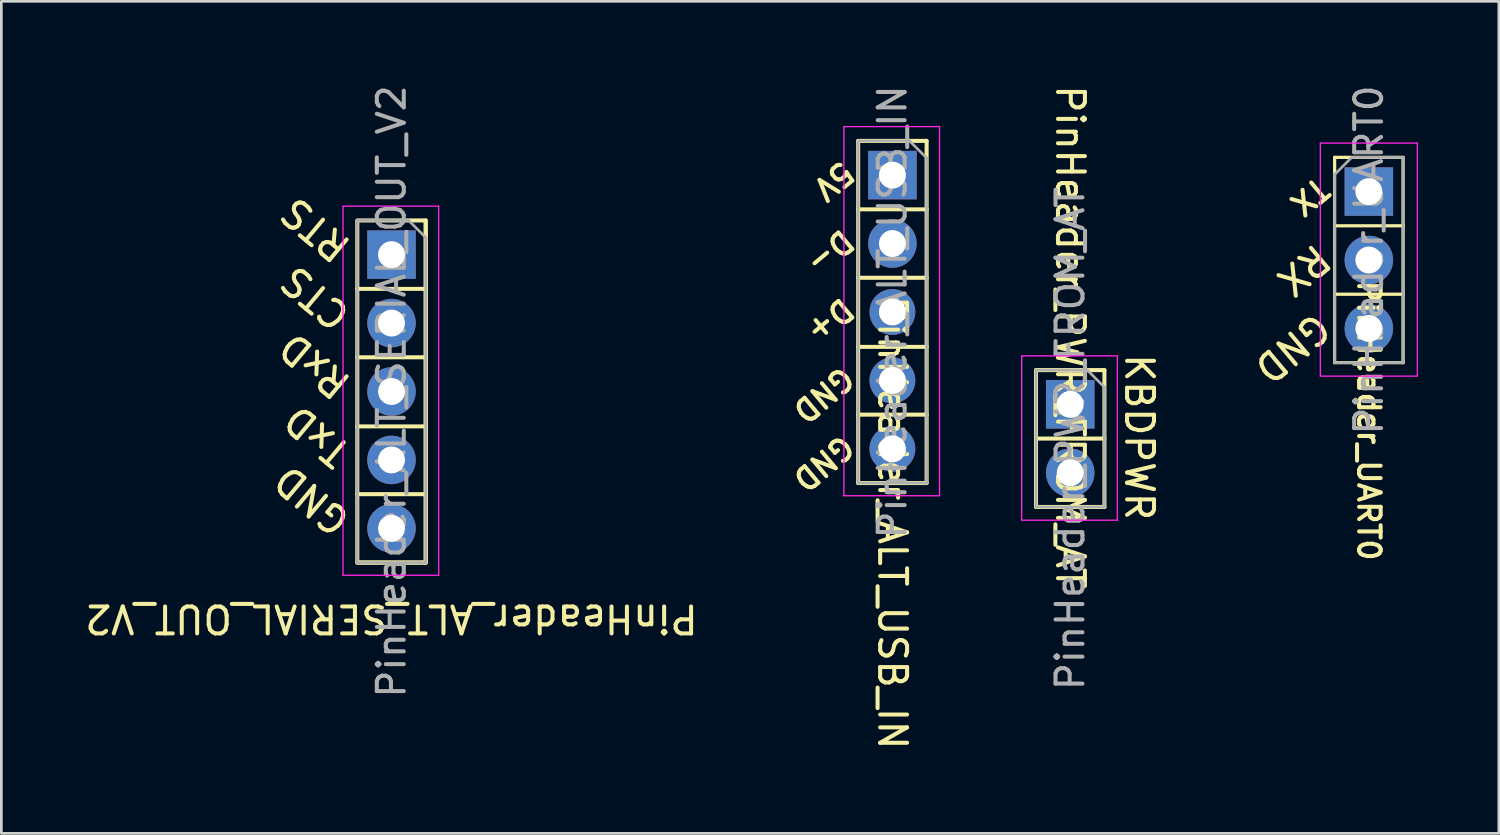
<source format=kicad_pcb>
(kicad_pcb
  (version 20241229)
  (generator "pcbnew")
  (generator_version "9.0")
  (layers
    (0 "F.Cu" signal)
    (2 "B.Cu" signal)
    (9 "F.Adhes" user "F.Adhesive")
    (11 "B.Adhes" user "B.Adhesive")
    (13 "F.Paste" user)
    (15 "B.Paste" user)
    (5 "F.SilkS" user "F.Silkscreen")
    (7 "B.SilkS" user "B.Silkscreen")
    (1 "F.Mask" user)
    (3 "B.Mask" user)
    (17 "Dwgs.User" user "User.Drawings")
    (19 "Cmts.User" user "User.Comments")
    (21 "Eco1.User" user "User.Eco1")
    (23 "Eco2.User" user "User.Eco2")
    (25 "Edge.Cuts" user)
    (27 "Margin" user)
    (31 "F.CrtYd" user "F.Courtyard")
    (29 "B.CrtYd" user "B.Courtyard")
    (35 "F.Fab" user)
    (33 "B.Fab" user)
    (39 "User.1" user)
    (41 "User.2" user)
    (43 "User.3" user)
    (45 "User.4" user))
  (footprint "PinHeader_PWR_FROM_AT"
    (layer "F.Cu")
    (at 36.674 11.958)
    (property "Reference" "PinHeader_PWR_FROM_AT" (at 0 -2.5 270) (unlocked yes) (layer "F.SilkS") (effects (font (size 1 1) (thickness 0.15))))
    (attr through_hole)
    (fp_line (start -1.27 -1.27) (end -1.27 3.81) (stroke (width 0.15) (type solid)) (layer "F.SilkS"))
    (fp_line (start -1.27 -1.27) (end 1.27 -1.27) (stroke (width 0.15) (type solid)) (layer "F.SilkS"))
    (fp_line (start -1.27 1.27) (end 1.27 1.27) (stroke (width 0.15) (type solid)) (layer "F.SilkS"))
    (fp_line (start -1.27 3.81) (end 1.27 3.81) (stroke (width 0.15) (type solid)) (layer "F.SilkS"))
    (fp_line (start 1.27 3.81) (end 1.27 -1.27) (stroke (width 0.15) (type solid)) (layer "F.SilkS"))
    (fp_line (start -1.8 -1.8) (end 1.75 -1.8) (stroke (width 0.05) (type solid)) (layer "F.CrtYd"))
    (fp_line (start -1.8 4.3) (end -1.8 -1.8) (stroke (width 0.05) (type solid)) (layer "F.CrtYd"))
    (fp_line (start 1.75 -1.8) (end 1.75 4.3) (stroke (width 0.05) (type solid)) (layer "F.CrtYd"))
    (fp_line (start 1.75 4.3) (end -1.8 4.3) (stroke (width 0.05) (type solid)) (layer "F.CrtYd"))
    (fp_line (start -1.27 -1.27) (end 0.635 -1.27) (stroke (width 0.1) (type solid)) (layer "F.Fab"))
    (fp_line (start -1.27 3.81) (end -1.27 -1.27) (stroke (width 0.1) (type solid)) (layer "F.Fab"))
    (fp_line (start 0.635 -1.27) (end 1.27 -0.635) (stroke (width 0.1) (type solid)) (layer "F.Fab"))
    (fp_line (start 1.27 -0.635) (end 1.27 3.81) (stroke (width 0.1) (type solid)) (layer "F.Fab"))
    (fp_line (start 1.27 3.81) (end -1.27 3.81) (stroke (width 0.1) (type solid)) (layer "F.Fab"))
    (fp_text user "KBDPWR" (at 2.565 1.219 270) (unlocked yes) (layer "F.SilkS") (effects (font (size 1 1) (thickness 0.15))))
    (fp_text user "${REFERENCE}" (at 0 1.27 90) (layer "F.Fab") (effects (font (size 1 1) (thickness 0.15))))
    (pad "1" thru_hole rect (at 0 0) (size 1.8 1.8) (drill 1) (layers "*.Cu" "*.Mask"))
    (pad "2" thru_hole circle (at 0 2.54 90) (size 1.8 1.8) (drill 1) (layers "*.Cu" "*.Mask")))
  (footprint "PinHeader_ALT_SERIAL_OUT_V2"
    (layer "F.Cu")
    (at 11.482 6.402)
    (property "Reference" "PinHeader_ALT_SERIAL_OUT_V2" (at 0 13.513 180) (unlocked yes) (layer "F.SilkS") (effects (font (size 1 1) (thickness 0.15))))
    (attr through_hole)
    (fp_line (start -1.27 1.27) (end 1.27 1.27) (stroke (width 0.15) (type solid)) (layer "F.SilkS"))
    (fp_line (start -1.27 3.81) (end 1.27 3.81) (stroke (width 0.15) (type solid)) (layer "F.SilkS"))
    (fp_line (start -1.27 6.375) (end 1.27 6.375) (stroke (width 0.15) (type solid)) (layer "F.SilkS"))
    (fp_line (start -1.27 8.89) (end 1.27 8.89) (stroke (width 0.15) (type solid)) (layer "F.SilkS"))
    (fp_line (start -1.27 11.43) (end 1.27 11.43) (stroke (width 0.15) (type solid)) (layer "F.SilkS"))
    (fp_line (start 1.27 11.43) (end 1.27 -1.27) (stroke (width 0.15) (type solid)) (layer "F.SilkS"))
    (fp_rect (start -1.27 -1.27) (end 1.27 11.43) (stroke (width 0.15) (type solid)) (fill no) (layer "F.SilkS"))
    (fp_line (start -1.8 -1.8) (end 1.75 -1.8) (stroke (width 0.05) (type solid)) (layer "F.CrtYd"))
    (fp_line (start -1.8 11.9) (end -1.8 -1.8) (stroke (width 0.05) (type solid)) (layer "F.CrtYd"))
    (fp_line (start 1.75 -1.8) (end 1.75 11.9) (stroke (width 0.05) (type solid)) (layer "F.CrtYd"))
    (fp_line (start 1.75 11.9) (end -1.8 11.9) (stroke (width 0.05) (type solid)) (layer "F.CrtYd"))
    (fp_line (start -1.27 -1.27) (end 0.635 -1.27) (stroke (width 0.1) (type solid)) (layer "F.Fab"))
    (fp_line (start -1.27 11.43) (end -1.27 -1.27) (stroke (width 0.1) (type solid)) (layer "F.Fab"))
    (fp_line (start 0.635 -1.27) (end 1.27 -0.635) (stroke (width 0.1) (type solid)) (layer "F.Fab"))
    (fp_line (start 1.27 -0.635) (end 1.27 11.43) (stroke (width 0.1) (type solid)) (layer "F.Fab"))
    (fp_line (start 1.27 11.43) (end -1.27 11.43) (stroke (width 0.1) (type solid)) (layer "F.Fab"))
    (fp_text user "TxD" (at -1.7 7.62 140) (unlocked yes) (layer "F.SilkS") (effects (font (size 1 1) (thickness 0.15)) (justify left)))
    (fp_text user "GND" (at -1.7 10.16 140) (unlocked yes) (layer "F.SilkS") (effects (font (size 1 1) (thickness 0.15)) (justify left)))
    (fp_text user "RTS" (at -1.7 0 140) (unlocked yes) (layer "F.SilkS") (effects (font (size 1 1) (thickness 0.15)) (justify left)))
    (fp_text user "RxD" (at -1.7 5.08 140) (unlocked yes) (layer "F.SilkS") (effects (font (size 1 1) (thickness 0.15)) (justify left)))
    (fp_text user "CTS" (at -1.7 2.54 140) (unlocked yes) (layer "F.SilkS") (effects (font (size 1 1) (thickness 0.15)) (justify left)))
    (fp_text user "${REFERENCE}" (at 0 5.08 90) (layer "F.Fab") (effects (font (size 1 1) (thickness 0.15))))
    (pad "1" thru_hole rect (at 0 0) (size 1.8 1.8) (drill 1) (layers "*.Cu" "*.Mask"))
    (pad "2" thru_hole circle (at 0 2.54) (size 1.8 1.8) (drill 1) (layers "*.Cu" "*.Mask"))
    (pad "3" thru_hole circle (at 0 5.08) (size 1.8 1.8) (drill 1) (layers "*.Cu" "*.Mask"))
    (pad "4" thru_hole circle (at 0 7.62) (size 1.8 1.8) (drill 1) (layers "*.Cu" "*.Mask"))
    (pad "5" thru_hole circle (at 0 10.16) (size 1.8 1.8) (drill 1) (layers "*.Cu" "*.Mask")))
  (footprint "PinHeader_ALT_USB_IN"
    (layer "F.Cu")
    (at 30.074 3.45)
    (property "Reference" "PinHeader_ALT_USB_IN" (at 0 12.903 270) (unlocked yes) (layer "F.SilkS") (effects (font (size 1 1) (thickness 0.15))))
    (attr through_hole)
    (fp_line (start -1.27 -1.27) (end -1.27 11.43) (stroke (width 0.15) (type solid)) (layer "F.SilkS"))
    (fp_line (start -1.27 -1.27) (end 1.27 -1.27) (stroke (width 0.15) (type solid)) (layer "F.SilkS"))
    (fp_line (start -1.27 1.27) (end 1.27 1.27) (stroke (width 0.15) (type solid)) (layer "F.SilkS"))
    (fp_line (start -1.27 3.81) (end 1.27 3.81) (stroke (width 0.15) (type solid)) (layer "F.SilkS"))
    (fp_line (start -1.27 6.375) (end 1.27 6.375) (stroke (width 0.15) (type solid)) (layer "F.SilkS"))
    (fp_line (start -1.27 8.89) (end 1.27 8.89) (stroke (width 0.15) (type solid)) (layer "F.SilkS"))
    (fp_line (start -1.27 11.43) (end 1.27 11.43) (stroke (width 0.15) (type solid)) (layer "F.SilkS"))
    (fp_line (start 1.27 11.43) (end 1.27 -1.27) (stroke (width 0.15) (type solid)) (layer "F.SilkS"))
    (fp_line (start -1.8 -1.8) (end 1.75 -1.8) (stroke (width 0.05) (type solid)) (layer "F.CrtYd"))
    (fp_line (start -1.8 11.9) (end -1.8 -1.8) (stroke (width 0.05) (type solid)) (layer "F.CrtYd"))
    (fp_line (start 1.75 -1.8) (end 1.75 11.9) (stroke (width 0.05) (type solid)) (layer "F.CrtYd"))
    (fp_line (start 1.75 11.9) (end -1.8 11.9) (stroke (width 0.05) (type solid)) (layer "F.CrtYd"))
    (fp_line (start -1.27 -1.27) (end 0.635 -1.27) (stroke (width 0.1) (type solid)) (layer "F.Fab"))
    (fp_line (start -1.27 11.43) (end -1.27 -1.27) (stroke (width 0.1) (type solid)) (layer "F.Fab"))
    (fp_line (start 0.635 -1.27) (end 1.27 -0.635) (stroke (width 0.1) (type solid)) (layer "F.Fab"))
    (fp_line (start 1.27 -0.635) (end 1.27 11.43) (stroke (width 0.1) (type solid)) (layer "F.Fab"))
    (fp_line (start 1.27 11.43) (end -1.27 11.43) (stroke (width 0.1) (type solid)) (layer "F.Fab"))
    (fp_text user "GND" (at -1.55 9.842 220) (unlocked yes) (layer "F.SilkS") (effects (font (size 0.8 0.8) (thickness 0.15)) (justify left)))
    (fp_text user "D-" (at -1.55 2.223 220) (unlocked yes) (layer "F.SilkS") (effects (font (size 0.8 0.8) (thickness 0.15)) (justify left)))
    (fp_text user "D+" (at -1.55 4.763 220) (unlocked yes) (layer "F.SilkS") (effects (font (size 0.8 0.8) (thickness 0.15)) (justify left)))
    (fp_text user "5V" (at -1.55 -0.318 220) (unlocked yes) (layer "F.SilkS") (effects (font (size 0.8 0.8) (thickness 0.15)) (justify left)))
    (fp_text user "GND" (at -1.55 7.303 220) (unlocked yes) (layer "F.SilkS") (effects (font (size 0.8 0.8) (thickness 0.15)) (justify left)))
    (fp_text user "${REFERENCE}" (at 0 5.08 90) (layer "F.Fab") (effects (font (size 1 1) (thickness 0.15))))
    (pad "1" thru_hole rect (at 0 0) (size 1.8 1.8) (drill 1) (layers "*.Cu" "*.Mask"))
    (pad "2" thru_hole oval (at 0 2.54) (size 1.8 1.8) (drill 1) (layers "*.Cu" "*.Mask"))
    (pad "3" thru_hole oval (at 0 5.08) (size 1.7 1.7) (drill 1) (layers "*.Cu" "*.Mask"))
    (pad "4" thru_hole oval (at 0 7.62) (size 1.7 1.7) (drill 1) (layers "*.Cu" "*.Mask"))
    (pad "5" thru_hole oval (at 0 10.16) (size 1.7 1.7) (drill 1) (layers "*.Cu" "*.Mask")))
  (footprint "PinHeader_UART0"
    (layer "F.Cu")
    (at 47.759 4.061)
    (property "Reference" "PinHeader_UART0" (at 0 8.5 270) (unlocked yes) (layer "F.SilkS") (effects (font (size 0.8 0.8) (thickness 0.15))))
    (attr through_hole)
    (fp_line (start -1.27 -1.27) (end 1.27 -1.27) (stroke (width 0.12) (type solid)) (layer "F.SilkS"))
    (fp_line (start -1.27 1.27) (end -1.27 -1.27) (stroke (width 0.12) (type solid)) (layer "F.SilkS"))
    (fp_line (start -1.27 1.27) (end -1.27 6.35) (stroke (width 0.12) (type solid)) (layer "F.SilkS"))
    (fp_line (start -1.27 1.27) (end 1.27 1.27) (stroke (width 0.12) (type solid)) (layer "F.SilkS"))
    (fp_line (start -1.27 3.81) (end 1.27 3.81) (stroke (width 0.12) (type solid)) (layer "F.SilkS"))
    (fp_line (start -1.27 6.35) (end 1.27 6.35) (stroke (width 0.12) (type solid)) (layer "F.SilkS"))
    (fp_line (start 1.27 -1.27) (end 1.27 1.27) (stroke (width 0.12) (type solid)) (layer "F.SilkS"))
    (fp_line (start 1.27 1.27) (end 1.27 6.35) (stroke (width 0.12) (type solid)) (layer "F.SilkS"))
    (fp_line (start -1.8 -1.8) (end -1.8 6.85) (stroke (width 0.05) (type solid)) (layer "F.CrtYd"))
    (fp_line (start -1.8 6.85) (end 1.8 6.85) (stroke (width 0.05) (type solid)) (layer "F.CrtYd"))
    (fp_line (start 1.8 -1.8) (end -1.8 -1.8) (stroke (width 0.05) (type solid)) (layer "F.CrtYd"))
    (fp_line (start 1.8 6.85) (end 1.8 -1.8) (stroke (width 0.05) (type solid)) (layer "F.CrtYd"))
    (fp_line (start -1.27 -0.635) (end -0.635 -1.27) (stroke (width 0.1) (type solid)) (layer "F.Fab"))
    (fp_line (start -1.27 6.35) (end -1.27 -0.635) (stroke (width 0.1) (type solid)) (layer "F.Fab"))
    (fp_line (start -0.635 -1.27) (end 1.27 -1.27) (stroke (width 0.1) (type solid)) (layer "F.Fab"))
    (fp_line (start 1.27 -1.27) (end 1.27 6.35) (stroke (width 0.1) (type solid)) (layer "F.Fab"))
    (fp_line (start 1.27 6.35) (end -1.27 6.35) (stroke (width 0.1) (type solid)) (layer "F.Fab"))
    (fp_text user "RX" (at -1.6 2.223 220) (unlocked yes) (layer "F.SilkS") (effects (font (size 1 1) (thickness 0.15)) (justify left)))
    (fp_text user "TX" (at -1.6 -0.318 220) (unlocked yes) (layer "F.SilkS") (effects (font (size 0.8 0.8) (thickness 0.15)) (justify left)))
    (fp_text user "GND" (at -1.6 4.763 220) (unlocked yes) (layer "F.SilkS") (effects (font (size 1 1) (thickness 0.15)) (justify left)))
    (fp_text user "${REFERENCE}" (at 0 2.54 90) (layer "F.Fab") (effects (font (size 1 1) (thickness 0.15))))
    (pad "1" thru_hole rect (at 0 0) (size 1.8 1.8) (drill 1) (layers "*.Cu" "*.Mask"))
    (pad "2" thru_hole oval (at 0 2.54) (size 1.8 1.8) (drill 1) (layers "*.Cu" "*.Mask"))
    (pad "3" thru_hole oval (at 0 5.08) (size 1.8 1.8) (drill 1) (layers "*.Cu" "*.Mask")))
  (gr_rect
    (start -3 -3)
    (end 52.584 27.883)
    (stroke (width 0.1) (type default))
    (fill no)
    (layer "Edge.Cuts")))
</source>
